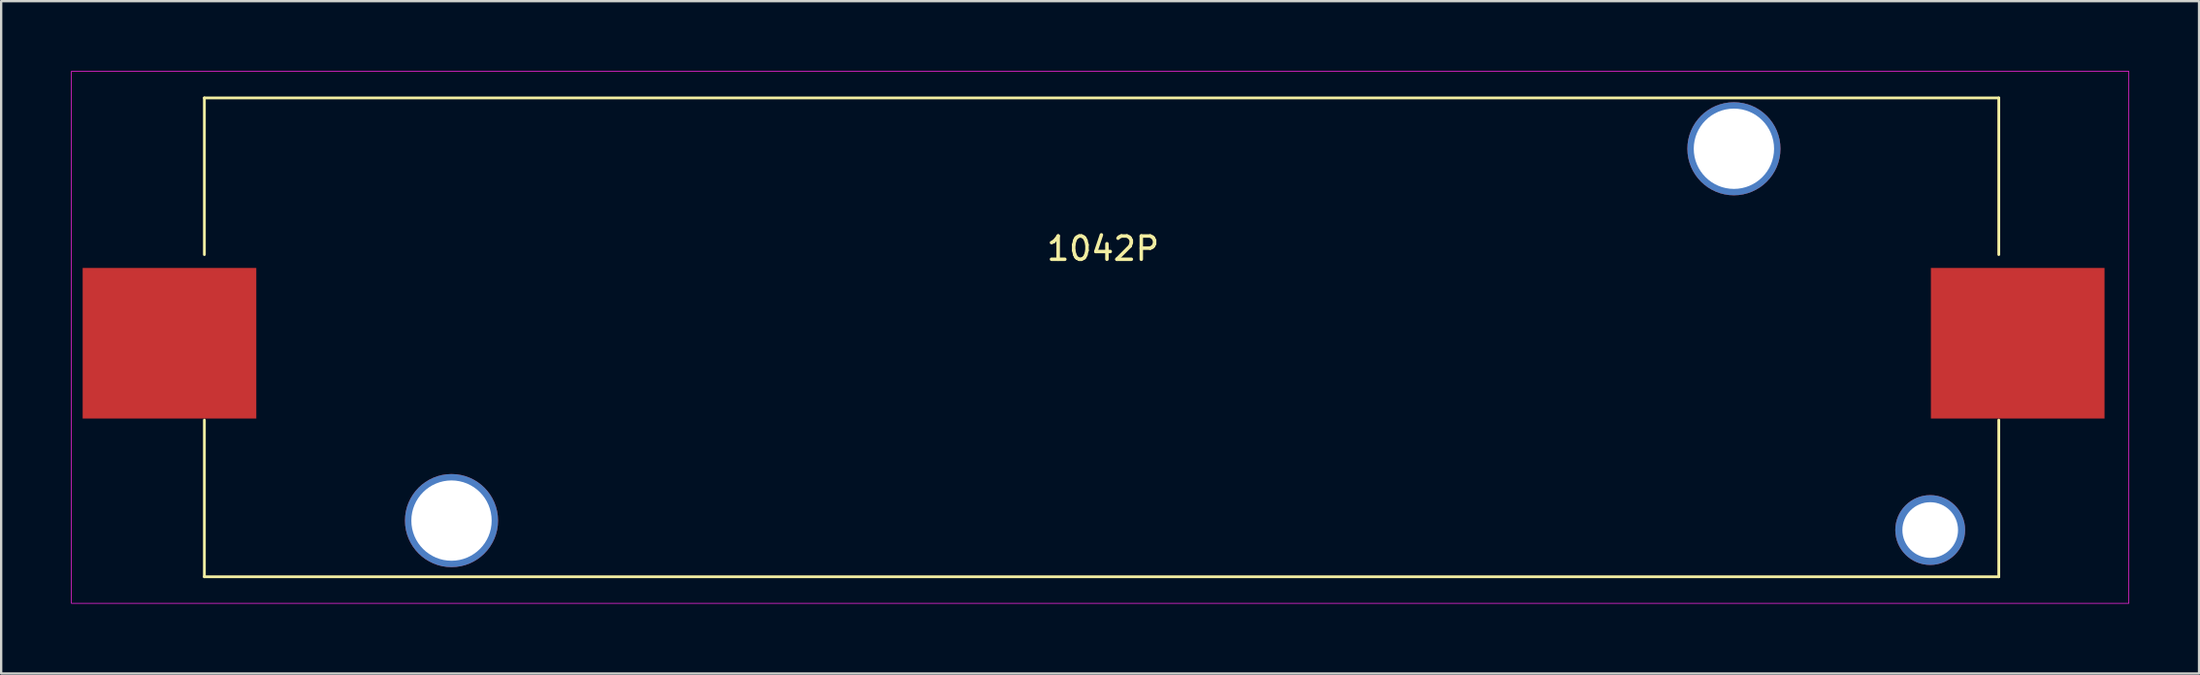
<source format=kicad_pcb>
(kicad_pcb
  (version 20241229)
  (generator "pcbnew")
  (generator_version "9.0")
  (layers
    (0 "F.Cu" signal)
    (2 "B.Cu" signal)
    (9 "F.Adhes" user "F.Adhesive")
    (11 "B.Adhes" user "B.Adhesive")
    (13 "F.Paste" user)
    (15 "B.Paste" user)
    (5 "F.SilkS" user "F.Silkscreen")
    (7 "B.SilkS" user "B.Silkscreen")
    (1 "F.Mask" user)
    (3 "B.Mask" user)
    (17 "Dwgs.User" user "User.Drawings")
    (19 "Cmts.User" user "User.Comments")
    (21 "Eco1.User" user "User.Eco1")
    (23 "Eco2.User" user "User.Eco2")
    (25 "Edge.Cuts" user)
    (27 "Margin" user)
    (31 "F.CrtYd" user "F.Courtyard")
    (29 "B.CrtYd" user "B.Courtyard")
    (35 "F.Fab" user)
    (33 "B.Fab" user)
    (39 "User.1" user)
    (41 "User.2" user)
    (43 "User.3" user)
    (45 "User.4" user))
  (footprint "1042P"
    (layer "F.Cu")
    (at 44.211 11.699)
    (property "Reference" "1042P" (at 0.127 -4.064 0) (unlocked yes) (layer "F.SilkS") (effects (font (size 1 1) (thickness 0.15))))
    (attr smd)
    (fp_line (start -38.481 -10.541) (end -38.481 -3.81) (stroke (width 0.12) (type default)) (layer "F.SilkS"))
    (fp_line (start -38.481 10.033) (end -38.481 3.302) (stroke (width 0.12) (type default)) (layer "F.SilkS"))
    (fp_line (start -38.481 10.033) (end 38.608 10.033) (stroke (width 0.12) (type default)) (layer "F.SilkS"))
    (fp_line (start 38.608 -10.541) (end -38.481 -10.541) (stroke (width 0.12) (type default)) (layer "F.SilkS"))
    (fp_line (start 38.608 -10.541) (end 38.608 -3.81) (stroke (width 0.12) (type default)) (layer "F.SilkS"))
    (fp_line (start 38.608 10.033) (end 38.608 3.302) (stroke (width 0.12) (type default)) (layer "F.SilkS"))
    (fp_rect (start -44.196 -11.684) (end 44.196 11.176) (stroke (width 0.03) (type default)) (fill no) (layer "F.CrtYd"))
    (pad "" np_thru_hole circle (at -27.864 7.62) (size 4 4) (drill 3.45) (layers "*.Cu" "*.Mask"))
    (pad "" np_thru_hole circle (at 27.229 -8.357) (size 4 4) (drill 3.45) (layers "*.Cu" "*.Mask"))
    (pad "" np_thru_hole circle (at 35.662 8.026) (size 3 3) (drill 2.39) (layers "*.Cu" "*.Mask"))
    (pad "1" smd rect (at 39.421 0) (size 7.46 6.47) (layers "F.Cu" "F.Mask" "F.Paste"))
    (pad "2" smd rect (at -39.98 0) (size 7.46 6.47) (layers "F.Cu" "F.Mask" "F.Paste")))
  (gr_rect
    (start -3 -3)
    (end 91.422 25.89)
    (stroke (width 0.1) (type default))
    (fill no)
    (layer "Edge.Cuts")))
</source>
